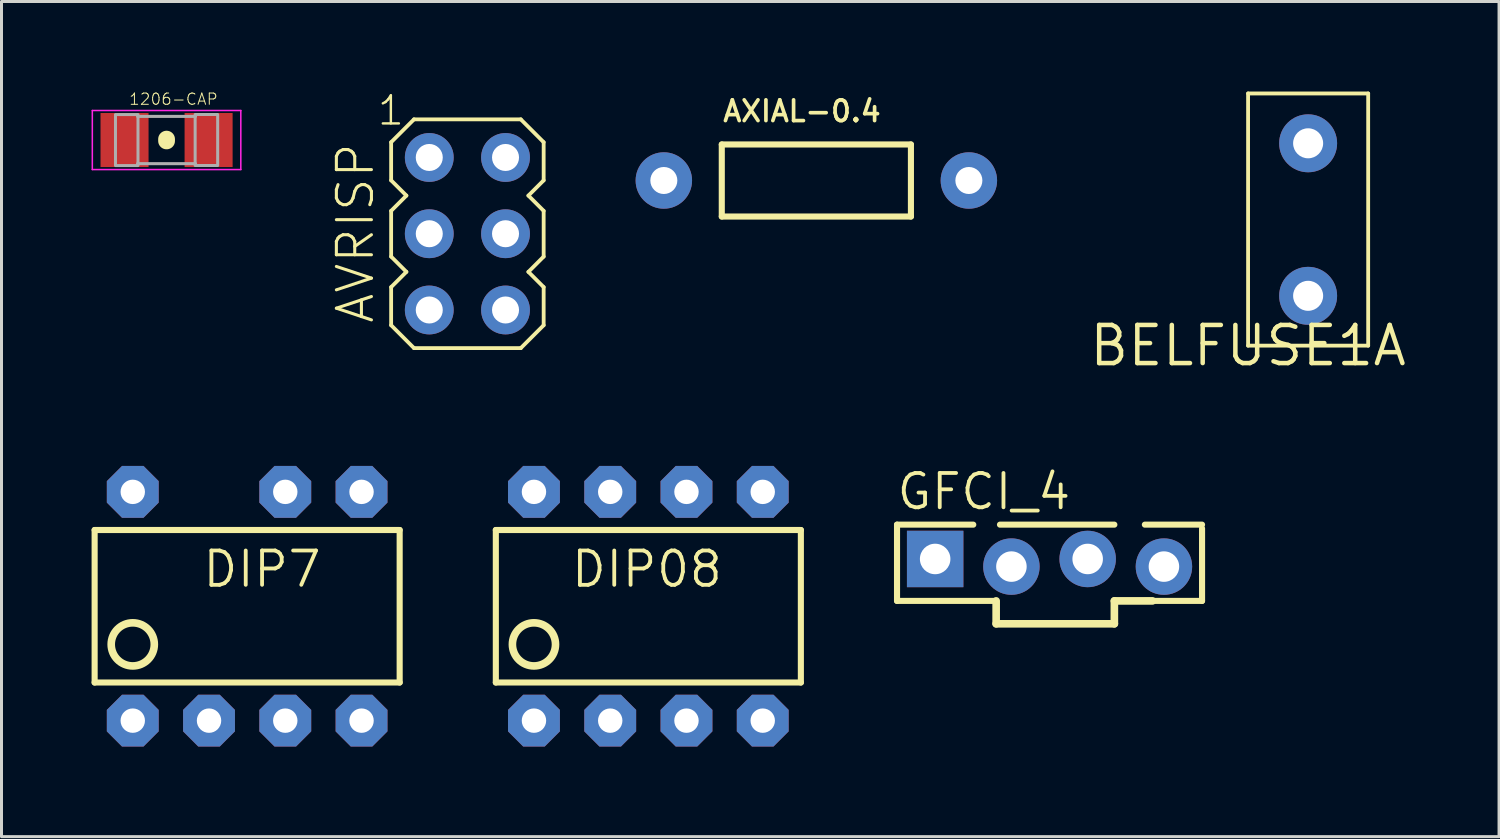
<source format=kicad_pcb>
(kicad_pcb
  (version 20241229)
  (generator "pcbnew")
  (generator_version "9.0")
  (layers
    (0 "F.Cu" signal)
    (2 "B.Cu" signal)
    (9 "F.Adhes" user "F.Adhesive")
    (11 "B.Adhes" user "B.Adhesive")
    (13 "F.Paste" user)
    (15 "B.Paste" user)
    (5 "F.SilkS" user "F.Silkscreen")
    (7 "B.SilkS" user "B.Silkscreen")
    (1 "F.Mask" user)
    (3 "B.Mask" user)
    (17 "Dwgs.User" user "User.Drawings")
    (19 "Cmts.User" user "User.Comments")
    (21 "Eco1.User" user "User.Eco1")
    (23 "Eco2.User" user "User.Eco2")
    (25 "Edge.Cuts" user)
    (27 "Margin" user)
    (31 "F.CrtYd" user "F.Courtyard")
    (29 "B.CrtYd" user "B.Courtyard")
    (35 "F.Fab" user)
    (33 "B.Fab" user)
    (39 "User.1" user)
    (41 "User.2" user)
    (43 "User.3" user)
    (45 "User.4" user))
  (footprint "GFCI_4"
    (layer "F.Cu")
    (at 28.098 15.695)
    (property "Reference" "GFCI_4" (at -1.346 -1.702 0) (unlocked yes) (layer "F.SilkS") (effects (font (size 1.143 1.143) (thickness 0.127)) (justify left bottom)))
    (fp_line (start -1.27 -1.27) (end -1.27 1.27) (stroke (width 0.203) (type solid)) (layer "F.SilkS"))
    (fp_line (start -1.27 -1.27) (end 1.27 -1.27) (stroke (width 0.203) (type solid)) (layer "F.SilkS"))
    (fp_line (start 2.032 1.27) (end -1.27 1.27) (stroke (width 0.203) (type solid)) (layer "F.SilkS"))
    (fp_line (start 2.032 1.27) (end 2.032 2.032) (stroke (width 0.254) (type solid)) (layer "F.SilkS"))
    (fp_line (start 2.032 2.032) (end 5.969 2.032) (stroke (width 0.254) (type solid)) (layer "F.SilkS"))
    (fp_line (start 2.159 -1.27) (end 5.969 -1.27) (stroke (width 0.203) (type solid)) (layer "F.SilkS"))
    (fp_line (start 5.842 2.032) (end 2.286 2.032) (stroke (width 0.203) (type solid)) (layer "F.SilkS"))
    (fp_line (start 5.969 1.27) (end 7.239 1.27) (stroke (width 0.254) (type solid)) (layer "F.SilkS"))
    (fp_line (start 5.969 2.032) (end 5.969 1.27) (stroke (width 0.254) (type solid)) (layer "F.SilkS"))
    (fp_line (start 6.985 -1.27) (end 8.89 -1.27) (stroke (width 0.203) (type solid)) (layer "F.SilkS"))
    (fp_line (start 7.239 1.27) (end 6.985 1.27) (stroke (width 0.203) (type solid)) (layer "F.SilkS"))
    (fp_line (start 8.89 -1.143) (end 8.89 1.27) (stroke (width 0.203) (type solid)) (layer "F.SilkS"))
    (fp_line (start 8.89 1.27) (end 7.239 1.27) (stroke (width 0.203) (type solid)) (layer "F.SilkS"))
    (pad "1" thru_hole rect (at 0 -0.127 90) (size 1.88 1.88) (drill 1.016) (layers "*.Cu" "*.Mask"))
    (pad "2" thru_hole circle (at 2.54 0.127 90) (size 1.88 1.88) (drill 1.016) (layers "*.Cu" "*.Mask"))
    (pad "3" thru_hole circle (at 5.08 -0.127 90) (size 1.88 1.88) (drill 1.016) (layers "*.Cu" "*.Mask"))
    (pad "4" thru_hole circle (at 7.62 0.127 90) (size 1.88 1.88) (drill 1.016) (layers "*.Cu" "*.Mask")))
  (footprint "AXIAL-0.4"
    (layer "F.Cu")
    (at 24.141 2.962)
    (property "Reference" "AXIAL-0.4" (at -3.175 -1.905 0) (unlocked yes) (layer "F.SilkS") (effects (font (size 0.691 0.691) (thickness 0.122)) (justify left bottom)))
    (fp_line (start -3.15 -1.2) (end 3.15 -1.2) (stroke (width 0.203) (type solid)) (layer "F.SilkS"))
    (fp_line (start -3.15 1.2) (end -3.15 -1.2) (stroke (width 0.203) (type solid)) (layer "F.SilkS"))
    (fp_line (start 3.15 -1.2) (end 3.15 1.2) (stroke (width 0.203) (type solid)) (layer "F.SilkS"))
    (fp_line (start 3.15 1.2) (end -3.15 1.2) (stroke (width 0.203) (type solid)) (layer "F.SilkS"))
    (pad "P$1" thru_hole circle (at -5.08 0) (size 1.88 1.88) (drill 0.9) (layers "*.Cu" "*.Mask"))
    (pad "P$2" thru_hole circle (at 5.08 0) (size 1.88 1.88) (drill 0.9) (layers "*.Cu" "*.Mask")))
  (footprint "AVRISP"
    (layer "F.Cu")
    (at 12.518 4.735)
    (property "Reference" "AVRISP" (at -3.048 3.048 90) (unlocked yes) (layer "F.SilkS") (effects (font (size 1.168 1.168) (thickness 0.102)) (justify left bottom)))
    (fp_line (start -2.54 -3.048) (end -1.778 -3.81) (stroke (width 0.127) (type solid)) (layer "F.SilkS"))
    (fp_line (start -2.54 -1.778) (end -2.54 -3.048) (stroke (width 0.127) (type solid)) (layer "F.SilkS"))
    (fp_line (start -2.54 -0.762) (end -2.032 -1.27) (stroke (width 0.127) (type solid)) (layer "F.SilkS"))
    (fp_line (start -2.54 0.762) (end -2.54 -0.762) (stroke (width 0.127) (type solid)) (layer "F.SilkS"))
    (fp_line (start -2.54 1.778) (end -2.032 1.27) (stroke (width 0.127) (type solid)) (layer "F.SilkS"))
    (fp_line (start -2.54 3.048) (end -2.54 1.778) (stroke (width 0.127) (type solid)) (layer "F.SilkS"))
    (fp_line (start -2.032 -1.27) (end -2.54 -1.778) (stroke (width 0.127) (type solid)) (layer "F.SilkS"))
    (fp_line (start -2.032 1.27) (end -2.54 0.762) (stroke (width 0.127) (type solid)) (layer "F.SilkS"))
    (fp_line (start -1.778 -3.81) (end 1.778 -3.81) (stroke (width 0.127) (type solid)) (layer "F.SilkS"))
    (fp_line (start -1.778 3.81) (end -2.54 3.048) (stroke (width 0.127) (type solid)) (layer "F.SilkS"))
    (fp_line (start 1.778 -3.81) (end 2.54 -3.048) (stroke (width 0.127) (type solid)) (layer "F.SilkS"))
    (fp_line (start 1.778 3.81) (end -1.778 3.81) (stroke (width 0.127) (type solid)) (layer "F.SilkS"))
    (fp_line (start 2.032 -1.27) (end 2.54 -0.762) (stroke (width 0.127) (type solid)) (layer "F.SilkS"))
    (fp_line (start 2.032 1.27) (end 2.54 1.778) (stroke (width 0.127) (type solid)) (layer "F.SilkS"))
    (fp_line (start 2.54 -3.048) (end 2.54 -1.778) (stroke (width 0.127) (type solid)) (layer "F.SilkS"))
    (fp_line (start 2.54 -1.778) (end 2.032 -1.27) (stroke (width 0.127) (type solid)) (layer "F.SilkS"))
    (fp_line (start 2.54 -0.762) (end 2.54 0.762) (stroke (width 0.127) (type solid)) (layer "F.SilkS"))
    (fp_line (start 2.54 0.762) (end 2.032 1.27) (stroke (width 0.127) (type solid)) (layer "F.SilkS"))
    (fp_line (start 2.54 1.778) (end 2.54 3.048) (stroke (width 0.127) (type solid)) (layer "F.SilkS"))
    (fp_line (start 2.54 3.048) (end 1.778 3.81) (stroke (width 0.127) (type solid)) (layer "F.SilkS"))
    (fp_text user "1" (at -3.048 -3.556 0) (layer "F.SilkS") (effects (font (size 0.935 0.935) (thickness 0.081)) (justify left bottom)))
    (pad "1" thru_hole circle (at -1.27 -2.54) (size 1.626 1.626) (drill 0.9) (layers "*.Cu" "*.Mask"))
    (pad "2" thru_hole circle (at 1.27 -2.54) (size 1.626 1.626) (drill 0.9) (layers "*.Cu" "*.Mask"))
    (pad "3" thru_hole circle (at -1.27 0) (size 1.626 1.626) (drill 0.9) (layers "*.Cu" "*.Mask"))
    (pad "4" thru_hole circle (at 1.27 0) (size 1.626 1.626) (drill 0.9) (layers "*.Cu" "*.Mask"))
    (pad "5" thru_hole circle (at -1.27 2.54) (size 1.626 1.626) (drill 0.9) (layers "*.Cu" "*.Mask"))
    (pad "6" thru_hole circle (at 1.27 2.54) (size 1.626 1.626) (drill 0.9) (layers "*.Cu" "*.Mask")))
  (footprint "1206-CAP"
    (layer "F.Cu")
    (at 2.498 1.614)
    (property "Reference" "1206-CAP" (at -1.27 -1.143 0) (unlocked yes) (layer "F.SilkS") (effects (font (size 0.374 0.374) (thickness 0.033)) (justify left bottom)))
    (fp_line (start 0 -0.03) (end 0 0.03) (stroke (width 0.559) (type solid)) (layer "F.SilkS"))
    (fp_line (start -2.473 -0.983) (end 2.473 -0.983) (stroke (width 0.051) (type solid)) (layer "F.CrtYd"))
    (fp_line (start -2.473 0.983) (end -2.473 -0.983) (stroke (width 0.051) (type solid)) (layer "F.CrtYd"))
    (fp_line (start 2.473 -0.983) (end 2.473 0.983) (stroke (width 0.051) (type solid)) (layer "F.CrtYd"))
    (fp_line (start 2.473 0.983) (end -2.473 0.983) (stroke (width 0.051) (type solid)) (layer "F.CrtYd"))
    (fp_line (start -0.965 -0.787) (end 0.965 -0.787) (stroke (width 0.102) (type solid)) (layer "F.Fab"))
    (fp_line (start -0.965 0.787) (end 0.965 0.787) (stroke (width 0.102) (type solid)) (layer "F.Fab"))
    (fp_poly (pts (xy -1.702 0.851) (xy -0.952 0.851) (xy -0.952 -0.849) (xy -1.702 -0.849)) (stroke (width 0.1) (type default)) (fill no) (layer "F.Fab"))
    (fp_poly (pts (xy 0.952 0.849) (xy 1.702 0.849) (xy 1.702 -0.851) (xy 0.952 -0.851)) (stroke (width 0.1) (type default)) (fill no) (layer "F.Fab"))
    (pad "1" smd rect (at -1.4 0) (size 1.6 1.8) (layers "F.Cu" "F.Mask" "F.Paste"))
    (pad "2" smd rect (at 1.4 0) (size 1.6 1.8) (layers "F.Cu" "F.Mask" "F.Paste")))
  (footprint "BELFUSE1A"
    (layer "F.Cu")
    (at 38.521 8.463)
    (property "Reference" "BELFUSE1A" (at 0 0 0) (unlocked yes) (layer "F.SilkS") (effects (font (size 1.27 1.27) (thickness 0.15))))
    (fp_line (start 0 -8.4) (end 0 0) (stroke (width 0.127) (type solid)) (layer "F.SilkS"))
    (fp_line (start 0 0) (end 4 0) (stroke (width 0.127) (type solid)) (layer "F.SilkS"))
    (fp_line (start 4 -8.4) (end 0 -8.4) (stroke (width 0.127) (type solid)) (layer "F.SilkS"))
    (fp_line (start 4 0) (end 4 -8.4) (stroke (width 0.127) (type solid)) (layer "F.SilkS"))
    (pad "IN" thru_hole circle (at 2 -1.66) (size 1.93 1.93) (drill 1) (layers "*.Cu" "*.Mask"))
    (pad "OUT" thru_hole circle (at 2 -6.74) (size 1.93 1.93) (drill 1) (layers "*.Cu" "*.Mask")))
  (footprint "DIP7"
    (layer "F.Cu")
    (at 5.182 17.143)
    (property "Reference" "DIP7" (at 2.54 -1.905 0) (unlocked yes) (layer "F.SilkS") (effects (font (size 1.143 1.143) (thickness 0.127)) (justify right top)))
    (fp_line (start -5.08 -2.54) (end -5.08 2.54) (stroke (width 0.203) (type solid)) (layer "F.SilkS"))
    (fp_line (start -5.08 -2.54) (end 5.08 -2.54) (stroke (width 0.203) (type solid)) (layer "F.SilkS"))
    (fp_line (start -5.08 2.54) (end 5.08 2.54) (stroke (width 0.203) (type solid)) (layer "F.SilkS"))
    (fp_line (start 5.08 -2.54) (end 5.08 2.54) (stroke (width 0.203) (type solid)) (layer "F.SilkS"))
    (fp_circle (center -3.81 1.27) (end -3.092 1.27) (stroke (width 0.254) (type solid)) (fill no) (layer "F.SilkS"))
    (pad "1" thru_hole roundrect (at -3.81 3.81) (size 1.727 1.727) (drill 0.813) (layers "*.Cu" "*.Mask") (roundrect_rratio 0.25) (chamfer_ratio 0.293) (chamfer top_left top_right bottom_left bottom_right))
    (pad "2" thru_hole roundrect (at -1.27 3.81) (size 1.727 1.727) (drill 0.813) (layers "*.Cu" "*.Mask") (roundrect_rratio 0.25) (chamfer_ratio 0.293) (chamfer top_left top_right bottom_left bottom_right))
    (pad "3" thru_hole roundrect (at 1.27 3.81) (size 1.727 1.727) (drill 0.813) (layers "*.Cu" "*.Mask") (roundrect_rratio 0.25) (chamfer_ratio 0.293) (chamfer top_left top_right bottom_left bottom_right))
    (pad "4" thru_hole roundrect (at 3.81 3.81) (size 1.727 1.727) (drill 0.813) (layers "*.Cu" "*.Mask") (roundrect_rratio 0.25) (chamfer_ratio 0.293) (chamfer top_left top_right bottom_left bottom_right))
    (pad "5" thru_hole roundrect (at 3.81 -3.81) (size 1.727 1.727) (drill 0.813) (layers "*.Cu" "*.Mask") (roundrect_rratio 0.25) (chamfer_ratio 0.293) (chamfer top_left top_right bottom_left bottom_right))
    (pad "6" thru_hole roundrect (at 1.27 -3.81) (size 1.727 1.727) (drill 0.813) (layers "*.Cu" "*.Mask") (roundrect_rratio 0.25) (chamfer_ratio 0.293) (chamfer top_left top_right bottom_left bottom_right))
    (pad "8" thru_hole roundrect (at -3.81 -3.81) (size 1.727 1.727) (drill 0.813) (layers "*.Cu" "*.Mask") (roundrect_rratio 0.25) (chamfer_ratio 0.293) (chamfer top_left top_right bottom_left bottom_right)))
  (footprint "DIP08"
    (layer "F.Cu")
    (at 18.545 17.143)
    (property "Reference" "DIP08" (at 2.54 -1.905 0) (unlocked yes) (layer "F.SilkS") (effects (font (size 1.143 1.143) (thickness 0.127)) (justify right top)))
    (fp_line (start -5.08 -2.54) (end -5.08 2.54) (stroke (width 0.203) (type solid)) (layer "F.SilkS"))
    (fp_line (start -5.08 -2.54) (end 5.08 -2.54) (stroke (width 0.203) (type solid)) (layer "F.SilkS"))
    (fp_line (start -5.08 2.54) (end 5.08 2.54) (stroke (width 0.203) (type solid)) (layer "F.SilkS"))
    (fp_line (start 5.08 -2.54) (end 5.08 2.54) (stroke (width 0.203) (type solid)) (layer "F.SilkS"))
    (fp_circle (center -3.81 1.27) (end -3.092 1.27) (stroke (width 0.254) (type solid)) (fill no) (layer "F.SilkS"))
    (pad "1" thru_hole roundrect (at -3.81 3.81) (size 1.727 1.727) (drill 0.813) (layers "*.Cu" "*.Mask") (roundrect_rratio 0.25) (chamfer_ratio 0.293) (chamfer top_left top_right bottom_left bottom_right))
    (pad "2" thru_hole roundrect (at -1.27 3.81) (size 1.727 1.727) (drill 0.813) (layers "*.Cu" "*.Mask") (roundrect_rratio 0.25) (chamfer_ratio 0.293) (chamfer top_left top_right bottom_left bottom_right))
    (pad "3" thru_hole roundrect (at 1.27 3.81) (size 1.727 1.727) (drill 0.813) (layers "*.Cu" "*.Mask") (roundrect_rratio 0.25) (chamfer_ratio 0.293) (chamfer top_left top_right bottom_left bottom_right))
    (pad "4" thru_hole roundrect (at 3.81 3.81) (size 1.727 1.727) (drill 0.813) (layers "*.Cu" "*.Mask") (roundrect_rratio 0.25) (chamfer_ratio 0.293) (chamfer top_left top_right bottom_left bottom_right))
    (pad "5" thru_hole roundrect (at 3.81 -3.81) (size 1.727 1.727) (drill 0.813) (layers "*.Cu" "*.Mask") (roundrect_rratio 0.25) (chamfer_ratio 0.293) (chamfer top_left top_right bottom_left bottom_right))
    (pad "6" thru_hole roundrect (at 1.27 -3.81) (size 1.727 1.727) (drill 0.813) (layers "*.Cu" "*.Mask") (roundrect_rratio 0.25) (chamfer_ratio 0.293) (chamfer top_left top_right bottom_left bottom_right))
    (pad "7" thru_hole roundrect (at -1.27 -3.81) (size 1.727 1.727) (drill 0.813) (layers "*.Cu" "*.Mask") (roundrect_rratio 0.25) (chamfer_ratio 0.293) (chamfer top_left top_right bottom_left bottom_right))
    (pad "8" thru_hole roundrect (at -3.81 -3.81) (size 1.727 1.727) (drill 0.813) (layers "*.Cu" "*.Mask") (roundrect_rratio 0.25) (chamfer_ratio 0.293) (chamfer top_left top_right bottom_left bottom_right)))
  (gr_rect
    (start -3 -3)
    (end 46.88 24.817)
    (stroke (width 0.1) (type default))
    (fill no)
    (layer "Edge.Cuts")))
</source>
